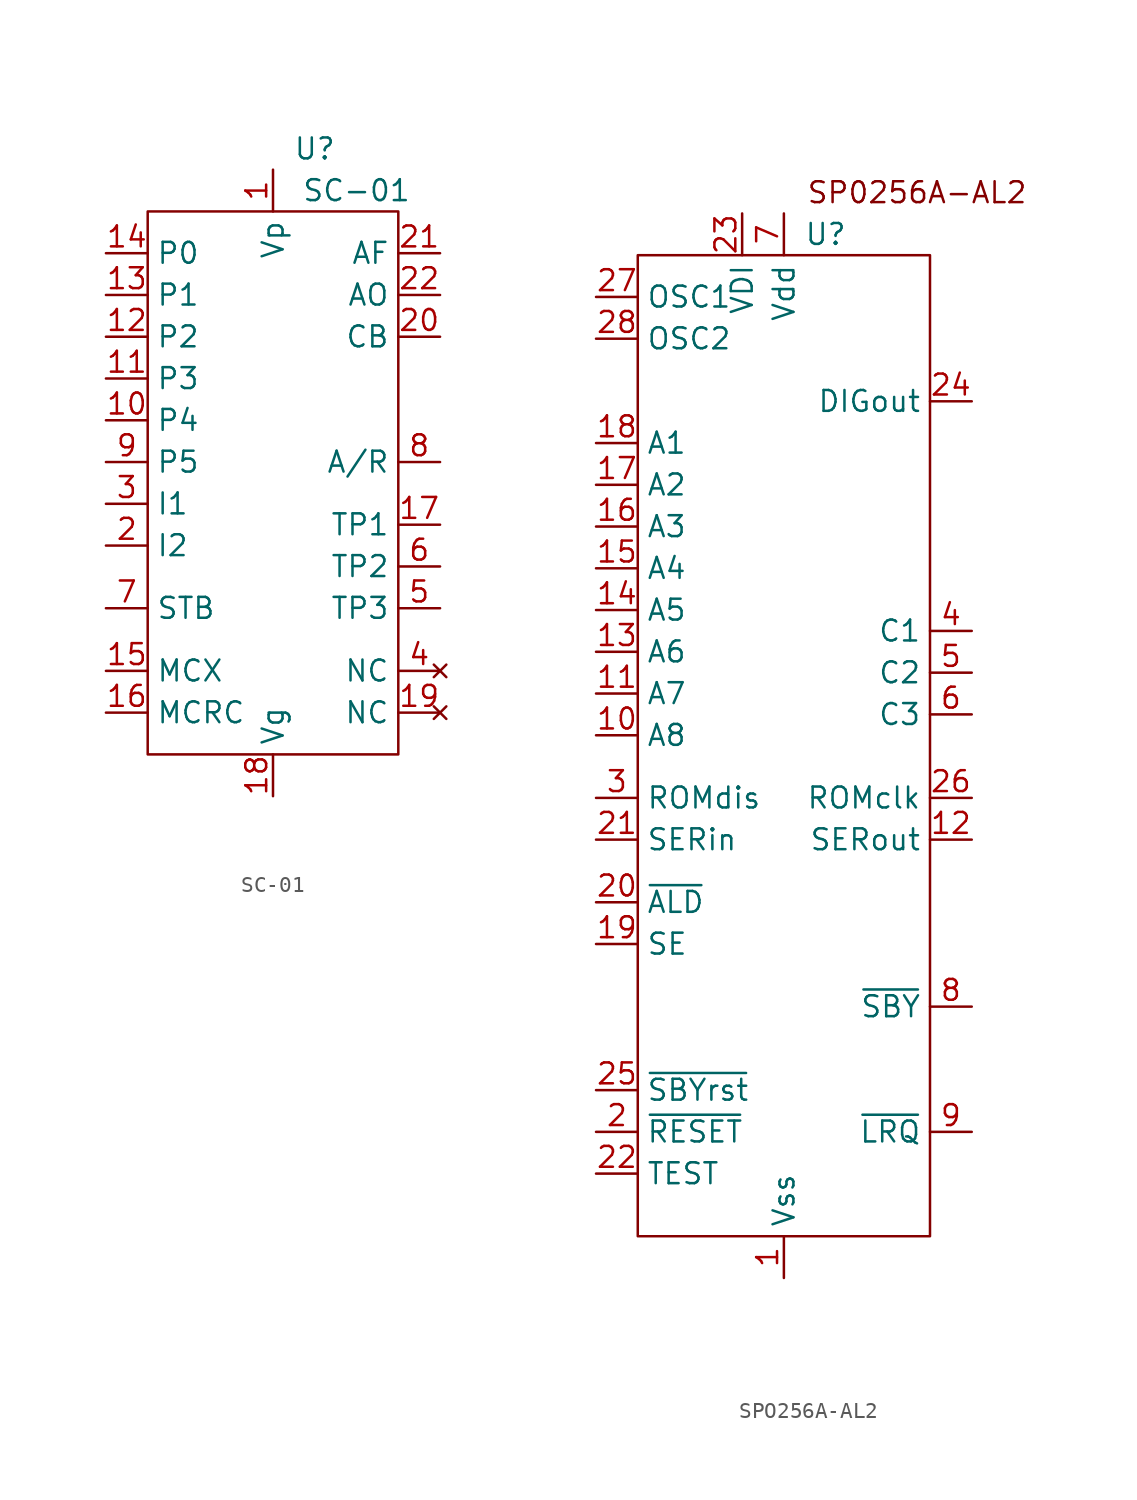
<source format=kicad_sym>
(kicad_symbol_lib
  (version 20231120)
  (generator "kicad_symbol_editor")
  (generator_version "8.0")
  (symbol "SC-01"
    (property "Reference" "U"
      (at 2.54 3.81 0)
      (effects (font (size 1.27 1.27))))
    (property "Value" "SC-01"
      (at 5.08 1.27 0)
      (effects (font (size 1.27 1.27))))
    (symbol "SC-01_0_1"
      (rectangle (start -7.62 0) (end 7.62 -33.02) (stroke (width 0.152) (type default)) (fill (type none))))
    (symbol "SC-01_1_1"
      (pin power_in line (at 0 2.54 270) (length 2.54) (name "Vp" (effects (font (size 1.27 1.27)))) (number "1" (effects (font (size 1.27 1.27)))))
      (pin input line (at -10.16 -12.7 0) (length 2.54) (name "P4" (effects (font (size 1.27 1.27)))) (number "10" (effects (font (size 1.27 1.27)))))
      (pin input line (at -10.16 -10.16 0) (length 2.54) (name "P3" (effects (font (size 1.27 1.27)))) (number "11" (effects (font (size 1.27 1.27)))))
      (pin input line (at -10.16 -7.62 0) (length 2.54) (name "P2" (effects (font (size 1.27 1.27)))) (number "12" (effects (font (size 1.27 1.27)))))
      (pin input line (at -10.16 -5.08 0) (length 2.54) (name "P1" (effects (font (size 1.27 1.27)))) (number "13" (effects (font (size 1.27 1.27)))))
      (pin input line (at -10.16 -2.54 0) (length 2.54) (name "P0" (effects (font (size 1.27 1.27)))) (number "14" (effects (font (size 1.27 1.27)))))
      (pin input line (at -10.16 -27.94 0) (length 2.54) (name "MCX" (effects (font (size 1.27 1.27)))) (number "15" (effects (font (size 1.27 1.27)))))
      (pin input line (at -10.16 -30.48 0) (length 2.54) (name "MCRC" (effects (font (size 1.27 1.27)))) (number "16" (effects (font (size 1.27 1.27)))))
      (pin output line (at 10.16 -19.05 180) (length 2.54) (name "TP1" (effects (font (size 1.27 1.27)))) (number "17" (effects (font (size 1.27 1.27)))))
      (pin power_in line (at 0 -35.56 90) (length 2.54) (name "Vg" (effects (font (size 1.27 1.27)))) (number "18" (effects (font (size 1.27 1.27)))))
      (pin no_connect line (at 10.16 -30.48 180) (length 2.54) (name "NC" (effects (font (size 1.27 1.27)))) (number "19" (effects (font (size 1.27 1.27)))))
      (pin input line (at -10.16 -20.32 0) (length 2.54) (name "I2" (effects (font (size 1.27 1.27)))) (number "2" (effects (font (size 1.27 1.27)))))
      (pin output line (at 10.16 -7.62 180) (length 2.54) (name "CB" (effects (font (size 1.27 1.27)))) (number "20" (effects (font (size 1.27 1.27)))))
      (pin output line (at 10.16 -2.54 180) (length 2.54) (name "AF" (effects (font (size 1.27 1.27)))) (number "21" (effects (font (size 1.27 1.27)))))
      (pin output line (at 10.16 -5.08 180) (length 2.54) (name "AO" (effects (font (size 1.27 1.27)))) (number "22" (effects (font (size 1.27 1.27)))))
      (pin input line (at -10.16 -17.78 0) (length 2.54) (name "I1" (effects (font (size 1.27 1.27)))) (number "3" (effects (font (size 1.27 1.27)))))
      (pin no_connect line (at 10.16 -27.94 180) (length 2.54) (name "NC" (effects (font (size 1.27 1.27)))) (number "4" (effects (font (size 1.27 1.27)))))
      (pin output line (at 10.16 -24.13 180) (length 2.54) (name "TP3" (effects (font (size 1.27 1.27)))) (number "5" (effects (font (size 1.27 1.27)))))
      (pin output line (at 10.16 -21.59 180) (length 2.54) (name "TP2" (effects (font (size 1.27 1.27)))) (number "6" (effects (font (size 1.27 1.27)))))
      (pin input line (at -10.16 -24.13 0) (length 2.54) (name "STB" (effects (font (size 1.27 1.27)))) (number "7" (effects (font (size 1.27 1.27)))))
      (pin output line (at 10.16 -15.24 180) (length 2.54) (name "A/R" (effects (font (size 1.27 1.27)))) (number "8" (effects (font (size 1.27 1.27)))))
      (pin input line (at -10.16 -15.24 0) (length 2.54) (name "P5" (effects (font (size 1.27 1.27)))) (number "9" (effects (font (size 1.27 1.27)))))))
  (symbol "SPO256A-AL2"
    (property "Reference" "U"
      (at 2.54 0 0)
      (effects (font (size 1.27 1.27))))
    (property "Value" ""
      (at 0 0 0)
      (effects (font (size 1.27 1.27))))
    (symbol "SPO256A-AL2_0_0"
      (text " SP0256A-AL2" (at 7.62 2.54 0) (effects (font (size 1.27 1.27)))))
    (symbol "SPO256A-AL2_0_1"
      (rectangle (start -8.89 -1.27) (end 8.89 -60.96) (stroke (width 0) (type default)) (fill (type none))))
    (symbol "SPO256A-AL2_1_1"
      (pin power_in line (at 0 -63.5 90) (length 2.54) (name "Vss" (effects (font (size 1.27 1.27)))) (number "1" (effects (font (size 1.27 1.27)))))
      (pin input line (at -11.43 -30.48 0) (length 2.54) (name "A8" (effects (font (size 1.27 1.27)))) (number "10" (effects (font (size 1.27 1.27)))))
      (pin input line (at -11.43 -27.94 0) (length 2.54) (name "A7" (effects (font (size 1.27 1.27)))) (number "11" (effects (font (size 1.27 1.27)))))
      (pin output line (at 11.43 -36.83 180) (length 2.54) (name "SERout" (effects (font (size 1.27 1.27)))) (number "12" (effects (font (size 1.27 1.27)))))
      (pin input line (at -11.43 -25.4 0) (length 2.54) (name "A6" (effects (font (size 1.27 1.27)))) (number "13" (effects (font (size 1.27 1.27)))))
      (pin input line (at -11.43 -22.86 0) (length 2.54) (name "A5" (effects (font (size 1.27 1.27)))) (number "14" (effects (font (size 1.27 1.27)))))
      (pin input line (at -11.43 -20.32 0) (length 2.54) (name "A4" (effects (font (size 1.27 1.27)))) (number "15" (effects (font (size 1.27 1.27)))))
      (pin input line (at -11.43 -17.78 0) (length 2.54) (name "A3" (effects (font (size 1.27 1.27)))) (number "16" (effects (font (size 1.27 1.27)))))
      (pin input line (at -11.43 -15.24 0) (length 2.54) (name "A2" (effects (font (size 1.27 1.27)))) (number "17" (effects (font (size 1.27 1.27)))))
      (pin input line (at -11.43 -12.7 0) (length 2.54) (name "A1" (effects (font (size 1.27 1.27)))) (number "18" (effects (font (size 1.27 1.27)))))
      (pin input line (at -11.43 -43.18 0) (length 2.54) (name "SE" (effects (font (size 1.27 1.27)))) (number "19" (effects (font (size 1.27 1.27)))))
      (pin input line (at -11.43 -54.61 0) (length 2.54) (name "~{RESET}" (effects (font (size 1.27 1.27)))) (number "2" (effects (font (size 1.27 1.27)))))
      (pin input line (at -11.43 -40.64 0) (length 2.54) (name "~{ALD}" (effects (font (size 1.27 1.27)))) (number "20" (effects (font (size 1.27 1.27)))))
      (pin input line (at -11.43 -36.83 0) (length 2.54) (name "SERin" (effects (font (size 1.27 1.27)))) (number "21" (effects (font (size 1.27 1.27)))))
      (pin input line (at -11.43 -57.15 0) (length 2.54) (name "TEST" (effects (font (size 1.27 1.27)))) (number "22" (effects (font (size 1.27 1.27)))))
      (pin power_in line (at -2.54 1.27 270) (length 2.54) (name "VDI" (effects (font (size 1.27 1.27)))) (number "23" (effects (font (size 1.27 1.27)))))
      (pin output line (at 11.43 -10.16 180) (length 2.54) (name "DIGout" (effects (font (size 1.27 1.27)))) (number "24" (effects (font (size 1.27 1.27)))))
      (pin input line (at -11.43 -52.07 0) (length 2.54) (name "~{SBYrst}" (effects (font (size 1.27 1.27)))) (number "25" (effects (font (size 1.27 1.27)))))
      (pin output line (at 11.43 -34.29 180) (length 2.54) (name "ROMclk" (effects (font (size 1.27 1.27)))) (number "26" (effects (font (size 1.27 1.27)))))
      (pin input line (at -11.43 -3.81 0) (length 2.54) (name "OSC1" (effects (font (size 1.27 1.27)))) (number "27" (effects (font (size 1.27 1.27)))))
      (pin output line (at -11.43 -6.35 0) (length 2.54) (name "OSC2" (effects (font (size 1.27 1.27)))) (number "28" (effects (font (size 1.27 1.27)))))
      (pin input line (at -11.43 -34.29 0) (length 2.54) (name "ROMdis" (effects (font (size 1.27 1.27)))) (number "3" (effects (font (size 1.27 1.27)))))
      (pin output line (at 11.43 -24.13 180) (length 2.54) (name "C1" (effects (font (size 1.27 1.27)))) (number "4" (effects (font (size 1.27 1.27)))))
      (pin output line (at 11.43 -26.67 180) (length 2.54) (name "C2" (effects (font (size 1.27 1.27)))) (number "5" (effects (font (size 1.27 1.27)))))
      (pin output line (at 11.43 -29.21 180) (length 2.54) (name "C3" (effects (font (size 1.27 1.27)))) (number "6" (effects (font (size 1.27 1.27)))))
      (pin power_in line (at 0 1.27 270) (length 2.54) (name "Vdd" (effects (font (size 1.27 1.27)))) (number "7" (effects (font (size 1.27 1.27)))))
      (pin output line (at 11.43 -46.99 180) (length 2.54) (name "~{SBY}" (effects (font (size 1.27 1.27)))) (number "8" (effects (font (size 1.27 1.27)))))
      (pin output line (at 11.43 -54.61 180) (length 2.54) (name "~{LRQ}" (effects (font (size 1.27 1.27)))) (number "9" (effects (font (size 1.27 1.27))))))))
</source>
